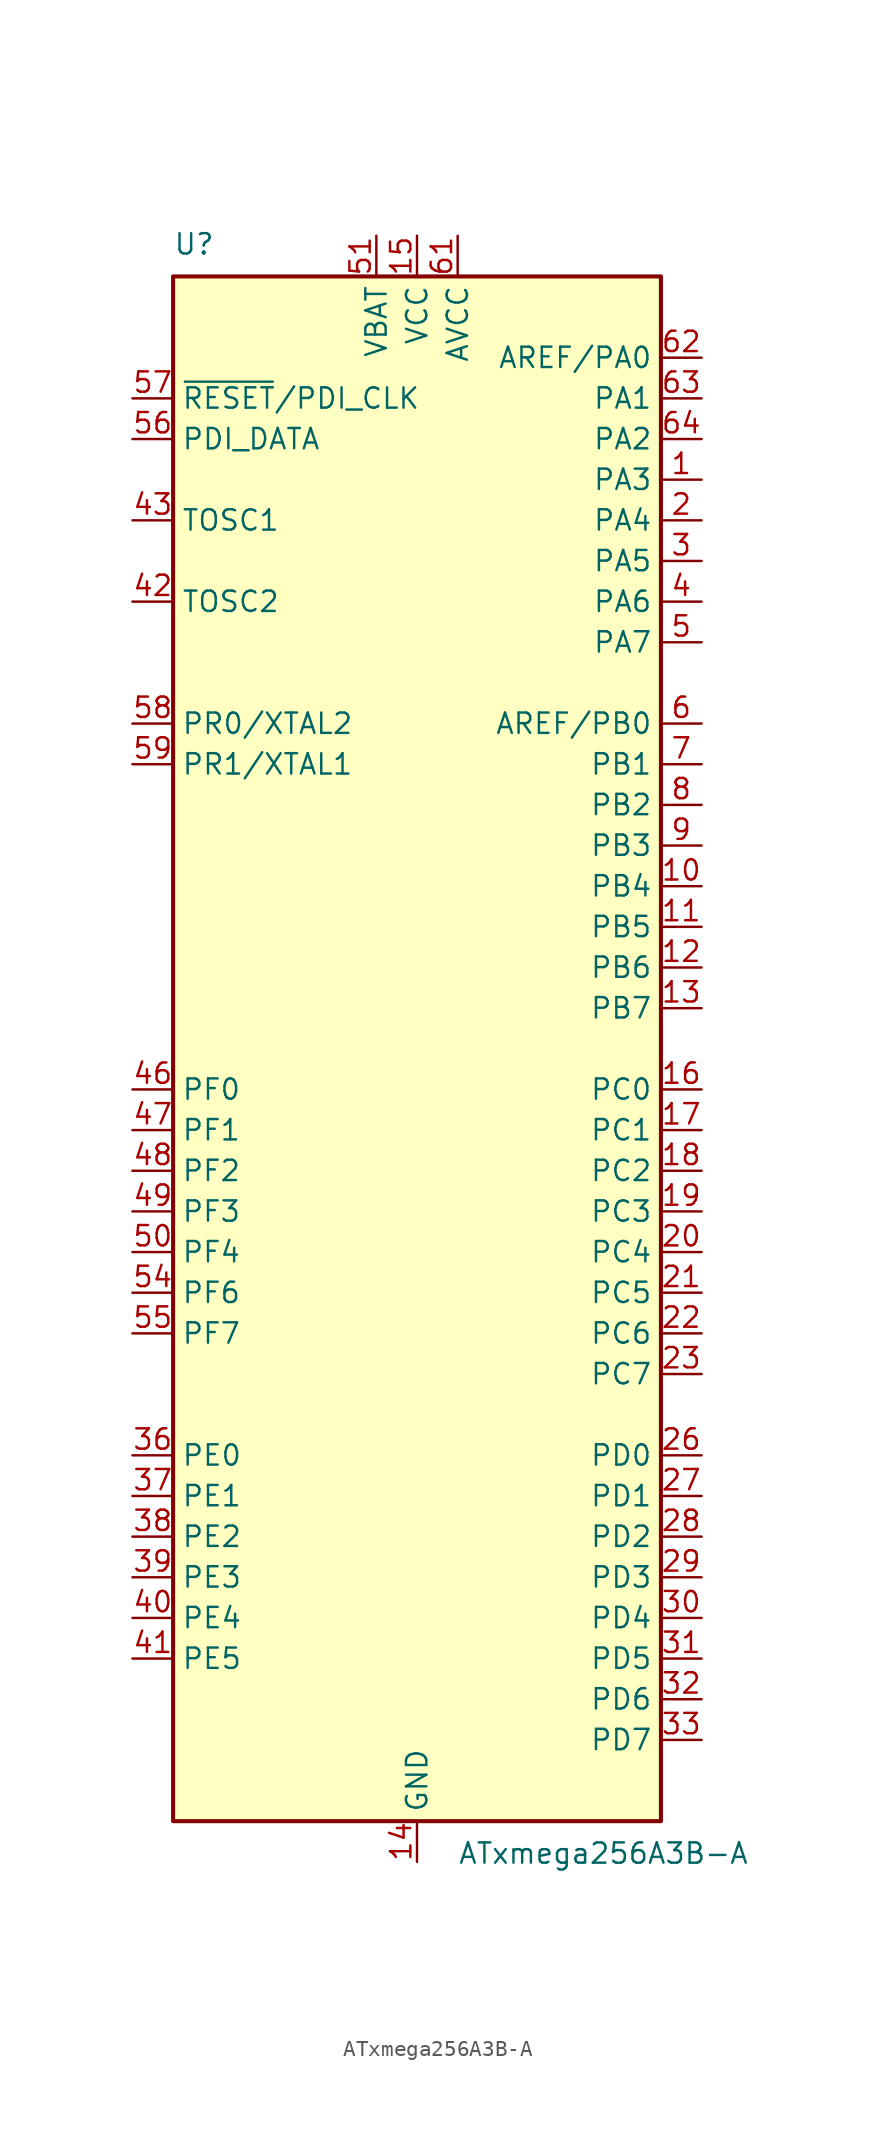
<source format=kicad_sym>
(kicad_symbol_lib
  (version 20201005)
  (generator kicad_symbol_editor)
  (symbol "MCU_Microchip_ATmega:ATxmega256A3B-A"
    (property "Reference" "U"
      (at -15.24 49.53 0)
      (effects (font (size 1.27 1.27)) (justify left bottom)))
    (property "Value" "ATxmega256A3B-A"
      (at 2.54 -49.53 0)
      (effects (font (size 1.27 1.27)) (justify left top)))
    (symbol "ATxmega256A3B-A_0_1"
      (rectangle (start -15.24 -48.26) (end 15.24 48.26) (stroke (width 0.254)) (fill (type background))))
    (symbol "ATxmega256A3B-A_1_1"
      (pin bidirectional line (at 17.78 35.56 180) (length 2.54) (name "PA3" (effects (font (size 1.27 1.27)))) (number "1" (effects (font (size 1.27 1.27)))))
      (pin bidirectional line (at 17.78 10.16 180) (length 2.54) (name "PB4" (effects (font (size 1.27 1.27)))) (number "10" (effects (font (size 1.27 1.27)))))
      (pin bidirectional line (at 17.78 7.62 180) (length 2.54) (name "PB5" (effects (font (size 1.27 1.27)))) (number "11" (effects (font (size 1.27 1.27)))))
      (pin bidirectional line (at 17.78 5.08 180) (length 2.54) (name "PB6" (effects (font (size 1.27 1.27)))) (number "12" (effects (font (size 1.27 1.27)))))
      (pin bidirectional line (at 17.78 2.54 180) (length 2.54) (name "PB7" (effects (font (size 1.27 1.27)))) (number "13" (effects (font (size 1.27 1.27)))))
      (pin power_in line (at 0 -50.8 90) (length 2.54) (name "GND" (effects (font (size 1.27 1.27)))) (number "14" (effects (font (size 1.27 1.27)))))
      (pin power_in line (at 0 50.8 270) (length 2.54) (name "VCC" (effects (font (size 1.27 1.27)))) (number "15" (effects (font (size 1.27 1.27)))))
      (pin bidirectional line (at 17.78 -2.54 180) (length 2.54) (name "PC0" (effects (font (size 1.27 1.27)))) (number "16" (effects (font (size 1.27 1.27)))))
      (pin bidirectional line (at 17.78 -5.08 180) (length 2.54) (name "PC1" (effects (font (size 1.27 1.27)))) (number "17" (effects (font (size 1.27 1.27)))))
      (pin bidirectional line (at 17.78 -7.62 180) (length 2.54) (name "PC2" (effects (font (size 1.27 1.27)))) (number "18" (effects (font (size 1.27 1.27)))))
      (pin bidirectional line (at 17.78 -10.16 180) (length 2.54) (name "PC3" (effects (font (size 1.27 1.27)))) (number "19" (effects (font (size 1.27 1.27)))))
      (pin bidirectional line (at 17.78 33.02 180) (length 2.54) (name "PA4" (effects (font (size 1.27 1.27)))) (number "2" (effects (font (size 1.27 1.27)))))
      (pin bidirectional line (at 17.78 -12.7 180) (length 2.54) (name "PC4" (effects (font (size 1.27 1.27)))) (number "20" (effects (font (size 1.27 1.27)))))
      (pin bidirectional line (at 17.78 -15.24 180) (length 2.54) (name "PC5" (effects (font (size 1.27 1.27)))) (number "21" (effects (font (size 1.27 1.27)))))
      (pin bidirectional line (at 17.78 -17.78 180) (length 2.54) (name "PC6" (effects (font (size 1.27 1.27)))) (number "22" (effects (font (size 1.27 1.27)))))
      (pin bidirectional line (at 17.78 -20.32 180) (length 2.54) (name "PC7" (effects (font (size 1.27 1.27)))) (number "23" (effects (font (size 1.27 1.27)))))
      (pin passive line (at 0 -50.8 90) (length 2.54) hide (name "GND" (effects (font (size 1.27 1.27)))) (number "24" (effects (font (size 1.27 1.27)))))
      (pin passive line (at 0 50.8 270) (length 2.54) hide (name "VCC" (effects (font (size 1.27 1.27)))) (number "25" (effects (font (size 1.27 1.27)))))
      (pin bidirectional line (at 17.78 -25.4 180) (length 2.54) (name "PD0" (effects (font (size 1.27 1.27)))) (number "26" (effects (font (size 1.27 1.27)))))
      (pin bidirectional line (at 17.78 -27.94 180) (length 2.54) (name "PD1" (effects (font (size 1.27 1.27)))) (number "27" (effects (font (size 1.27 1.27)))))
      (pin bidirectional line (at 17.78 -30.48 180) (length 2.54) (name "PD2" (effects (font (size 1.27 1.27)))) (number "28" (effects (font (size 1.27 1.27)))))
      (pin bidirectional line (at 17.78 -33.02 180) (length 2.54) (name "PD3" (effects (font (size 1.27 1.27)))) (number "29" (effects (font (size 1.27 1.27)))))
      (pin bidirectional line (at 17.78 30.48 180) (length 2.54) (name "PA5" (effects (font (size 1.27 1.27)))) (number "3" (effects (font (size 1.27 1.27)))))
      (pin bidirectional line (at 17.78 -35.56 180) (length 2.54) (name "PD4" (effects (font (size 1.27 1.27)))) (number "30" (effects (font (size 1.27 1.27)))))
      (pin bidirectional line (at 17.78 -38.1 180) (length 2.54) (name "PD5" (effects (font (size 1.27 1.27)))) (number "31" (effects (font (size 1.27 1.27)))))
      (pin bidirectional line (at 17.78 -40.64 180) (length 2.54) (name "PD6" (effects (font (size 1.27 1.27)))) (number "32" (effects (font (size 1.27 1.27)))))
      (pin bidirectional line (at 17.78 -43.18 180) (length 2.54) (name "PD7" (effects (font (size 1.27 1.27)))) (number "33" (effects (font (size 1.27 1.27)))))
      (pin passive line (at 0 -50.8 90) (length 2.54) hide (name "GND" (effects (font (size 1.27 1.27)))) (number "34" (effects (font (size 1.27 1.27)))))
      (pin passive line (at 0 50.8 270) (length 2.54) hide (name "VCC" (effects (font (size 1.27 1.27)))) (number "35" (effects (font (size 1.27 1.27)))))
      (pin bidirectional line (at -17.78 -25.4 0) (length 2.54) (name "PE0" (effects (font (size 1.27 1.27)))) (number "36" (effects (font (size 1.27 1.27)))))
      (pin bidirectional line (at -17.78 -27.94 0) (length 2.54) (name "PE1" (effects (font (size 1.27 1.27)))) (number "37" (effects (font (size 1.27 1.27)))))
      (pin bidirectional line (at -17.78 -30.48 0) (length 2.54) (name "PE2" (effects (font (size 1.27 1.27)))) (number "38" (effects (font (size 1.27 1.27)))))
      (pin bidirectional line (at -17.78 -33.02 0) (length 2.54) (name "PE3" (effects (font (size 1.27 1.27)))) (number "39" (effects (font (size 1.27 1.27)))))
      (pin bidirectional line (at 17.78 27.94 180) (length 2.54) (name "PA6" (effects (font (size 1.27 1.27)))) (number "4" (effects (font (size 1.27 1.27)))))
      (pin bidirectional line (at -17.78 -35.56 0) (length 2.54) (name "PE4" (effects (font (size 1.27 1.27)))) (number "40" (effects (font (size 1.27 1.27)))))
      (pin bidirectional line (at -17.78 -38.1 0) (length 2.54) (name "PE5" (effects (font (size 1.27 1.27)))) (number "41" (effects (font (size 1.27 1.27)))))
      (pin passive line (at -17.78 27.94 0) (length 2.54) (name "TOSC2" (effects (font (size 1.27 1.27)))) (number "42" (effects (font (size 1.27 1.27)))))
      (pin input line (at -17.78 33.02 0) (length 2.54) (name "TOSC1" (effects (font (size 1.27 1.27)))) (number "43" (effects (font (size 1.27 1.27)))))
      (pin passive line (at 0 -50.8 90) (length 2.54) hide (name "GND" (effects (font (size 1.27 1.27)))) (number "44" (effects (font (size 1.27 1.27)))))
      (pin passive line (at 0 50.8 270) (length 2.54) hide (name "VCC" (effects (font (size 1.27 1.27)))) (number "45" (effects (font (size 1.27 1.27)))))
      (pin bidirectional line (at -17.78 -2.54 0) (length 2.54) (name "PF0" (effects (font (size 1.27 1.27)))) (number "46" (effects (font (size 1.27 1.27)))))
      (pin bidirectional line (at -17.78 -5.08 0) (length 2.54) (name "PF1" (effects (font (size 1.27 1.27)))) (number "47" (effects (font (size 1.27 1.27)))))
      (pin bidirectional line (at -17.78 -7.62 0) (length 2.54) (name "PF2" (effects (font (size 1.27 1.27)))) (number "48" (effects (font (size 1.27 1.27)))))
      (pin bidirectional line (at -17.78 -10.16 0) (length 2.54) (name "PF3" (effects (font (size 1.27 1.27)))) (number "49" (effects (font (size 1.27 1.27)))))
      (pin bidirectional line (at 17.78 25.4 180) (length 2.54) (name "PA7" (effects (font (size 1.27 1.27)))) (number "5" (effects (font (size 1.27 1.27)))))
      (pin bidirectional line (at -17.78 -12.7 0) (length 2.54) (name "PF4" (effects (font (size 1.27 1.27)))) (number "50" (effects (font (size 1.27 1.27)))))
      (pin power_in line (at -2.54 50.8 270) (length 2.54) (name "VBAT" (effects (font (size 1.27 1.27)))) (number "51" (effects (font (size 1.27 1.27)))))
      (pin passive line (at 0 -50.8 90) (length 2.54) hide (name "GND" (effects (font (size 1.27 1.27)))) (number "52" (effects (font (size 1.27 1.27)))))
      (pin passive line (at 0 50.8 270) (length 2.54) hide (name "VCC" (effects (font (size 1.27 1.27)))) (number "53" (effects (font (size 1.27 1.27)))))
      (pin bidirectional line (at -17.78 -15.24 0) (length 2.54) (name "PF6" (effects (font (size 1.27 1.27)))) (number "54" (effects (font (size 1.27 1.27)))))
      (pin bidirectional line (at -17.78 -17.78 0) (length 2.54) (name "PF7" (effects (font (size 1.27 1.27)))) (number "55" (effects (font (size 1.27 1.27)))))
      (pin bidirectional line (at -17.78 38.1 0) (length 2.54) (name "PDI_DATA" (effects (font (size 1.27 1.27)))) (number "56" (effects (font (size 1.27 1.27)))))
      (pin input line (at -17.78 40.64 0) (length 2.54) (name "~RESET~/PDI_CLK" (effects (font (size 1.27 1.27)))) (number "57" (effects (font (size 1.27 1.27)))))
      (pin bidirectional line (at -17.78 20.32 0) (length 2.54) (name "PR0/XTAL2" (effects (font (size 1.27 1.27)))) (number "58" (effects (font (size 1.27 1.27)))))
      (pin bidirectional line (at -17.78 17.78 0) (length 2.54) (name "PR1/XTAL1" (effects (font (size 1.27 1.27)))) (number "59" (effects (font (size 1.27 1.27)))))
      (pin bidirectional line (at 17.78 20.32 180) (length 2.54) (name "AREF/PB0" (effects (font (size 1.27 1.27)))) (number "6" (effects (font (size 1.27 1.27)))))
      (pin passive line (at 0 -50.8 90) (length 2.54) hide (name "GND" (effects (font (size 1.27 1.27)))) (number "60" (effects (font (size 1.27 1.27)))))
      (pin power_in line (at 2.54 50.8 270) (length 2.54) (name "AVCC" (effects (font (size 1.27 1.27)))) (number "61" (effects (font (size 1.27 1.27)))))
      (pin bidirectional line (at 17.78 43.18 180) (length 2.54) (name "AREF/PA0" (effects (font (size 1.27 1.27)))) (number "62" (effects (font (size 1.27 1.27)))))
      (pin bidirectional line (at 17.78 40.64 180) (length 2.54) (name "PA1" (effects (font (size 1.27 1.27)))) (number "63" (effects (font (size 1.27 1.27)))))
      (pin bidirectional line (at 17.78 38.1 180) (length 2.54) (name "PA2" (effects (font (size 1.27 1.27)))) (number "64" (effects (font (size 1.27 1.27)))))
      (pin bidirectional line (at 17.78 17.78 180) (length 2.54) (name "PB1" (effects (font (size 1.27 1.27)))) (number "7" (effects (font (size 1.27 1.27)))))
      (pin bidirectional line (at 17.78 15.24 180) (length 2.54) (name "PB2" (effects (font (size 1.27 1.27)))) (number "8" (effects (font (size 1.27 1.27)))))
      (pin bidirectional line (at 17.78 12.7 180) (length 2.54) (name "PB3" (effects (font (size 1.27 1.27)))) (number "9" (effects (font (size 1.27 1.27))))))))
</source>
